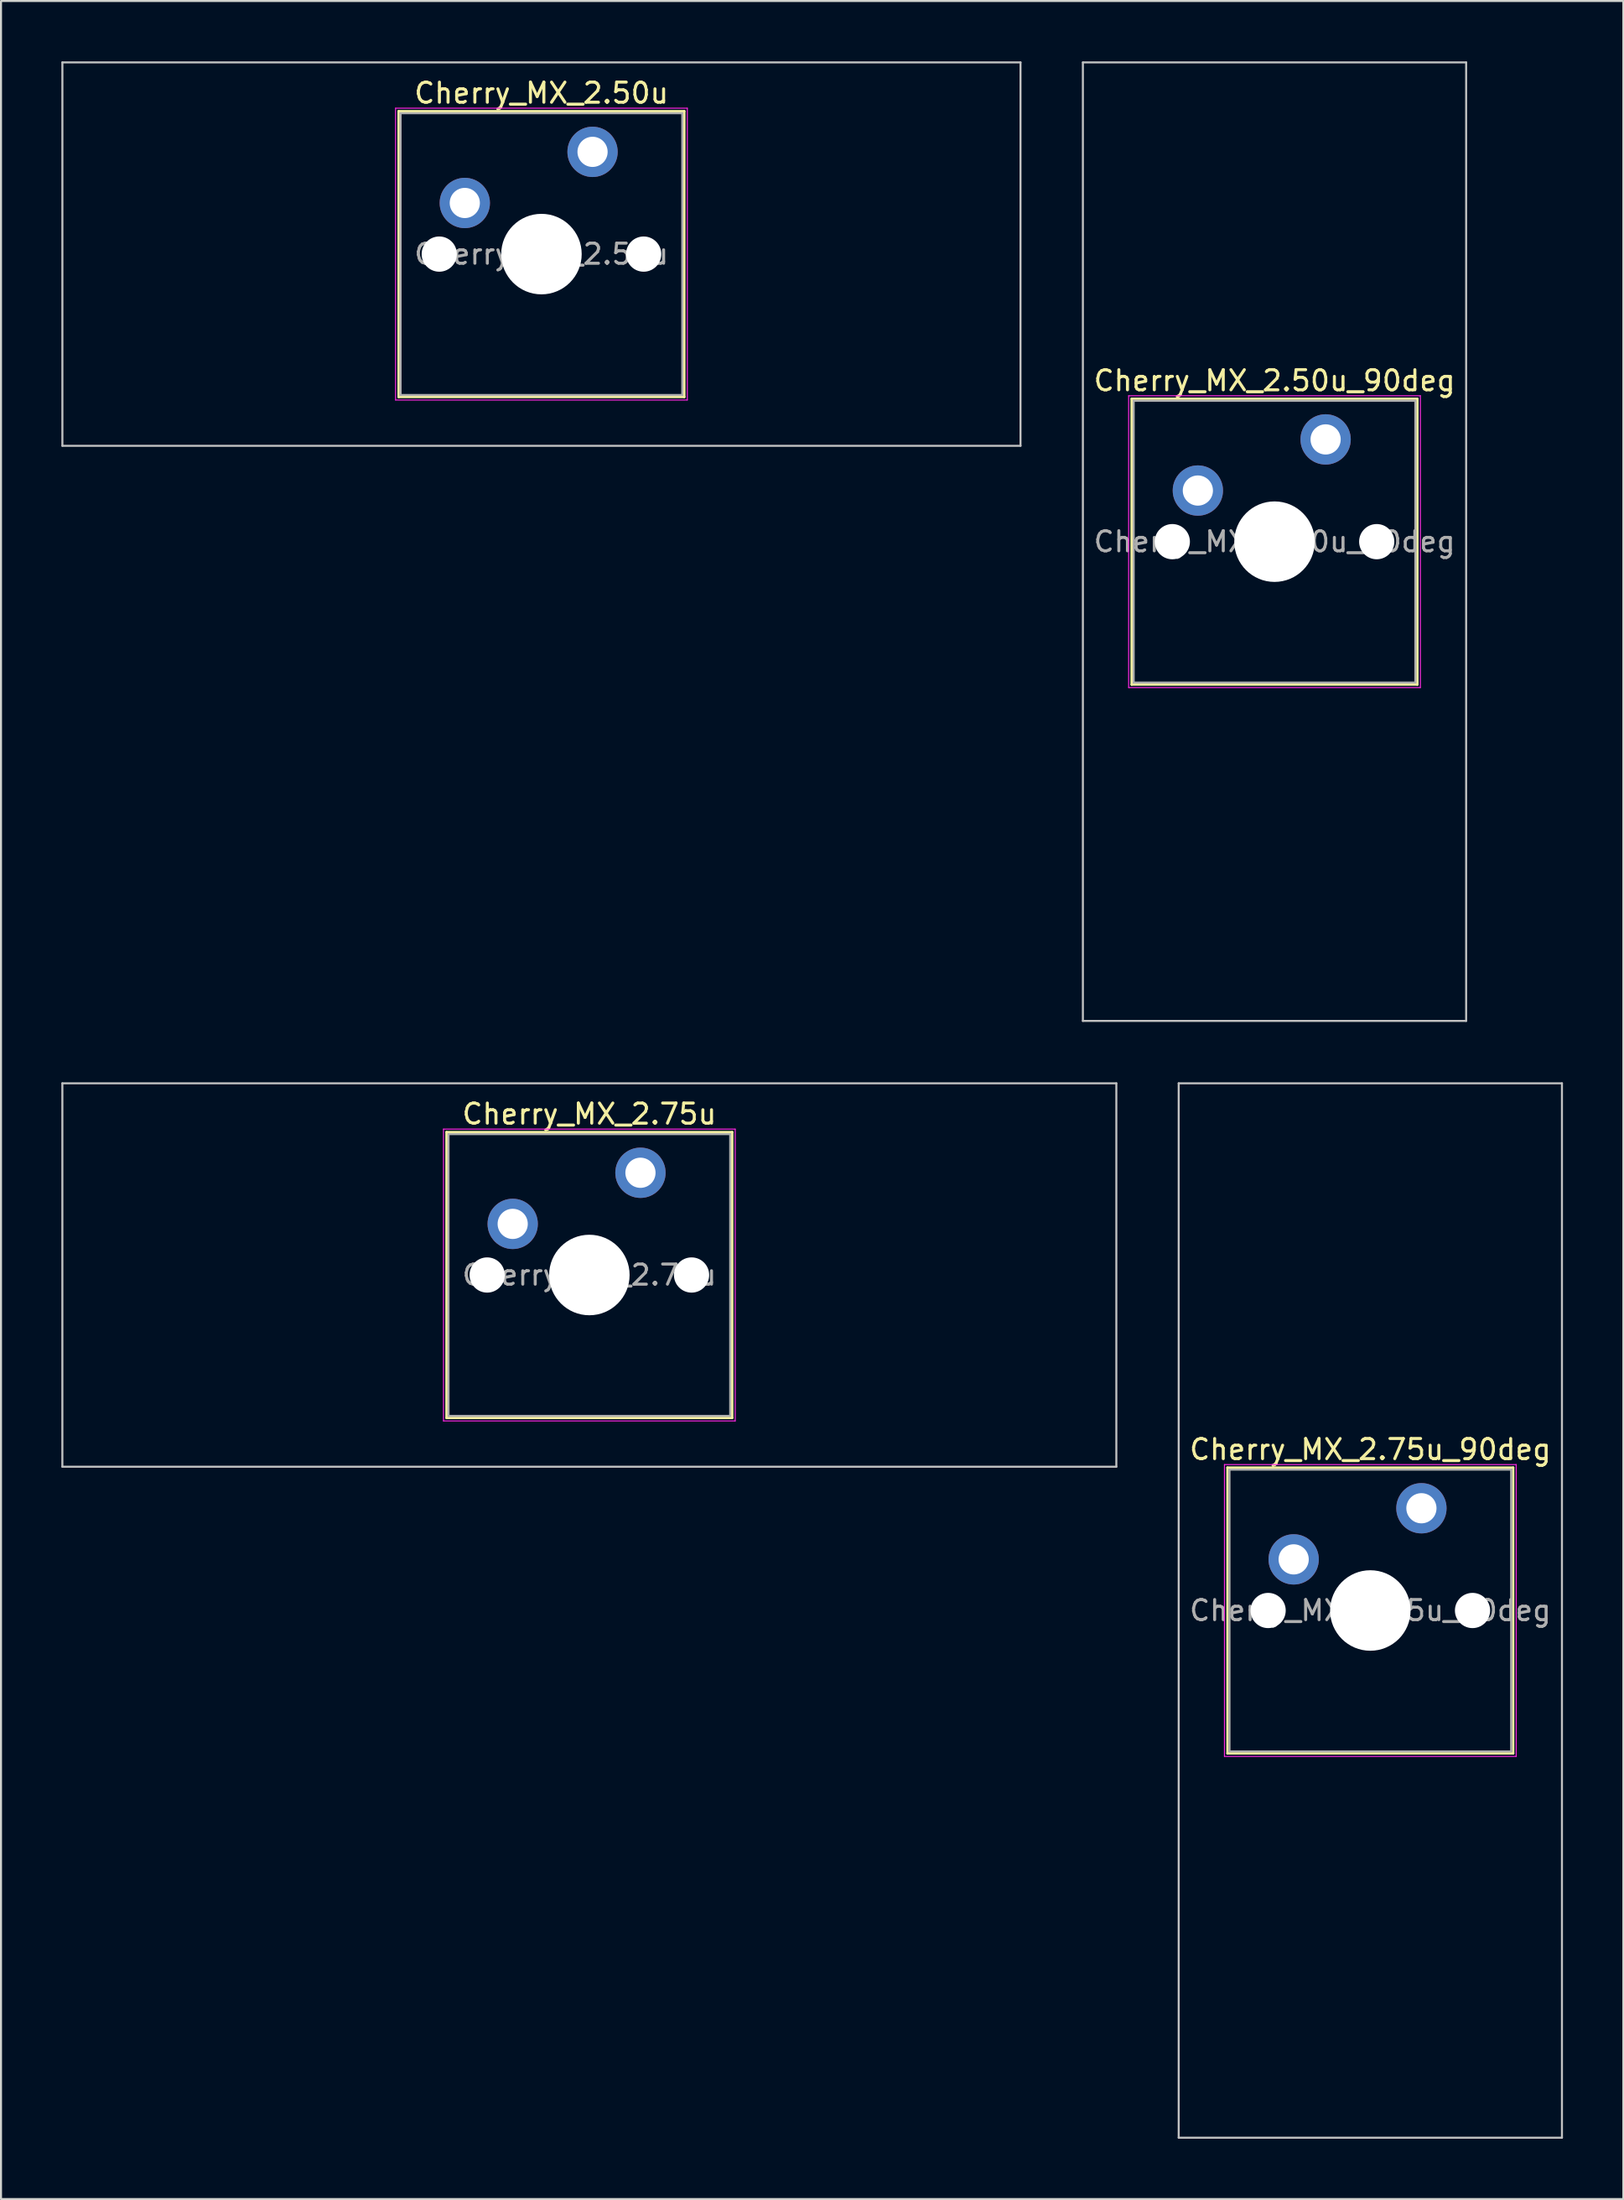
<source format=kicad_pcb>
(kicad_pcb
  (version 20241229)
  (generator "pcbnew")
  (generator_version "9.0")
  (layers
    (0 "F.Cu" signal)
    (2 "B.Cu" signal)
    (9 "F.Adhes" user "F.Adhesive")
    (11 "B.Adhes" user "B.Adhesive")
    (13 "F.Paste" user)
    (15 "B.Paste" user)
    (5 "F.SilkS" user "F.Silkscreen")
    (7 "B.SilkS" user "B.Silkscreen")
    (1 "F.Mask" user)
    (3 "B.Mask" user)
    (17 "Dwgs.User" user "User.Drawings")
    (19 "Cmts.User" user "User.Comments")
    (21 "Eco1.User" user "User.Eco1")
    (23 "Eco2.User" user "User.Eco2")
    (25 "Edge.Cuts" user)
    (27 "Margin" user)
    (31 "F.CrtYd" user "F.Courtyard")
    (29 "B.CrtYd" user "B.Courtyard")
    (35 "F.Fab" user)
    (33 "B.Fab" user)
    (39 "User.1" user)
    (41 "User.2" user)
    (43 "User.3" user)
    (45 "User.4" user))
  (footprint "Cherry_MX_2.50u"
    (layer "F.Cu")
    (at 23.863 9.575)
    (property "Reference" "Cherry_MX_2.50u" (at 0 -8 0) (layer "F.SilkS") (effects (font (size 1 1) (thickness 0.15))))
    (attr through_hole)
    (fp_line (start -7.1 -7.1) (end -7.1 7.1) (stroke (width 0.12) (type solid)) (layer "F.SilkS"))
    (fp_line (start -7.1 7.1) (end 7.1 7.1) (stroke (width 0.12) (type solid)) (layer "F.SilkS"))
    (fp_line (start 7.1 -7.1) (end -7.1 -7.1) (stroke (width 0.12) (type solid)) (layer "F.SilkS"))
    (fp_line (start 7.1 7.1) (end 7.1 -7.1) (stroke (width 0.12) (type solid)) (layer "F.SilkS"))
    (fp_line (start -23.812 -9.525) (end -23.812 9.525) (stroke (width 0.1) (type solid)) (layer "Dwgs.User"))
    (fp_line (start -23.812 9.525) (end 23.812 9.525) (stroke (width 0.1) (type solid)) (layer "Dwgs.User"))
    (fp_line (start 23.812 -9.525) (end -23.812 -9.525) (stroke (width 0.1) (type solid)) (layer "Dwgs.User"))
    (fp_line (start 23.812 9.525) (end 23.812 -9.525) (stroke (width 0.1) (type solid)) (layer "Dwgs.User"))
    (fp_line (start -7 -7) (end -7 7) (stroke (width 0.1) (type solid)) (layer "Eco1.User"))
    (fp_line (start -7 7) (end 7 7) (stroke (width 0.1) (type solid)) (layer "Eco1.User"))
    (fp_line (start 7 -7) (end -7 -7) (stroke (width 0.1) (type solid)) (layer "Eco1.User"))
    (fp_line (start 7 7) (end 7 -7) (stroke (width 0.1) (type solid)) (layer "Eco1.User"))
    (fp_line (start -7.25 -7.25) (end -7.25 7.25) (stroke (width 0.05) (type solid)) (layer "F.CrtYd"))
    (fp_line (start -7.25 7.25) (end 7.25 7.25) (stroke (width 0.05) (type solid)) (layer "F.CrtYd"))
    (fp_line (start 7.25 -7.25) (end -7.25 -7.25) (stroke (width 0.05) (type solid)) (layer "F.CrtYd"))
    (fp_line (start 7.25 7.25) (end 7.25 -7.25) (stroke (width 0.05) (type solid)) (layer "F.CrtYd"))
    (fp_line (start -7 -7) (end -7 7) (stroke (width 0.1) (type solid)) (layer "F.Fab"))
    (fp_line (start -7 7) (end 7 7) (stroke (width 0.1) (type solid)) (layer "F.Fab"))
    (fp_line (start 7 -7) (end -7 -7) (stroke (width 0.1) (type solid)) (layer "F.Fab"))
    (fp_line (start 7 7) (end 7 -7) (stroke (width 0.1) (type solid)) (layer "F.Fab"))
    (fp_text user "${REFERENCE}" (at 0 0 0) (layer "F.Fab") (effects (font (size 1 1) (thickness 0.15))))
    (pad "" np_thru_hole circle (at -5.08 0) (size 1.75 1.75) (drill 1.75) (layers "*.Cu" "*.Mask"))
    (pad "" np_thru_hole circle (at 0 0) (size 4 4) (drill 4) (layers "*.Cu" "*.Mask"))
    (pad "" np_thru_hole circle (at 5.08 0) (size 1.75 1.75) (drill 1.75) (layers "*.Cu" "*.Mask"))
    (pad "1" thru_hole circle (at -3.81 -2.54) (size 2.5 2.5) (drill 1.5) (layers "*.Cu" "*.Mask"))
    (pad "2" thru_hole circle (at 2.54 -5.08) (size 2.5 2.5) (drill 1.5) (layers "*.Cu" "*.Mask")))
  (footprint "Cherry_MX_2.75u"
    (layer "F.Cu")
    (at 26.244 60.3)
    (property "Reference" "Cherry_MX_2.75u" (at 0 -8 0) (layer "F.SilkS") (effects (font (size 1 1) (thickness 0.15))))
    (attr through_hole)
    (fp_line (start -7.1 -7.1) (end -7.1 7.1) (stroke (width 0.12) (type solid)) (layer "F.SilkS"))
    (fp_line (start -7.1 7.1) (end 7.1 7.1) (stroke (width 0.12) (type solid)) (layer "F.SilkS"))
    (fp_line (start 7.1 -7.1) (end -7.1 -7.1) (stroke (width 0.12) (type solid)) (layer "F.SilkS"))
    (fp_line (start 7.1 7.1) (end 7.1 -7.1) (stroke (width 0.12) (type solid)) (layer "F.SilkS"))
    (fp_line (start -26.194 -9.525) (end -26.194 9.525) (stroke (width 0.1) (type solid)) (layer "Dwgs.User"))
    (fp_line (start -26.194 9.525) (end 26.194 9.525) (stroke (width 0.1) (type solid)) (layer "Dwgs.User"))
    (fp_line (start 26.194 -9.525) (end -26.194 -9.525) (stroke (width 0.1) (type solid)) (layer "Dwgs.User"))
    (fp_line (start 26.194 9.525) (end 26.194 -9.525) (stroke (width 0.1) (type solid)) (layer "Dwgs.User"))
    (fp_line (start -7 -7) (end -7 7) (stroke (width 0.1) (type solid)) (layer "Eco1.User"))
    (fp_line (start -7 7) (end 7 7) (stroke (width 0.1) (type solid)) (layer "Eco1.User"))
    (fp_line (start 7 -7) (end -7 -7) (stroke (width 0.1) (type solid)) (layer "Eco1.User"))
    (fp_line (start 7 7) (end 7 -7) (stroke (width 0.1) (type solid)) (layer "Eco1.User"))
    (fp_line (start -7.25 -7.25) (end -7.25 7.25) (stroke (width 0.05) (type solid)) (layer "F.CrtYd"))
    (fp_line (start -7.25 7.25) (end 7.25 7.25) (stroke (width 0.05) (type solid)) (layer "F.CrtYd"))
    (fp_line (start 7.25 -7.25) (end -7.25 -7.25) (stroke (width 0.05) (type solid)) (layer "F.CrtYd"))
    (fp_line (start 7.25 7.25) (end 7.25 -7.25) (stroke (width 0.05) (type solid)) (layer "F.CrtYd"))
    (fp_line (start -7 -7) (end -7 7) (stroke (width 0.1) (type solid)) (layer "F.Fab"))
    (fp_line (start -7 7) (end 7 7) (stroke (width 0.1) (type solid)) (layer "F.Fab"))
    (fp_line (start 7 -7) (end -7 -7) (stroke (width 0.1) (type solid)) (layer "F.Fab"))
    (fp_line (start 7 7) (end 7 -7) (stroke (width 0.1) (type solid)) (layer "F.Fab"))
    (fp_text user "${REFERENCE}" (at 0 0 0) (layer "F.Fab") (effects (font (size 1 1) (thickness 0.15))))
    (pad "" np_thru_hole circle (at -5.08 0) (size 1.75 1.75) (drill 1.75) (layers "*.Cu" "*.Mask"))
    (pad "" np_thru_hole circle (at 0 0) (size 4 4) (drill 4) (layers "*.Cu" "*.Mask"))
    (pad "" np_thru_hole circle (at 5.08 0) (size 1.75 1.75) (drill 1.75) (layers "*.Cu" "*.Mask"))
    (pad "1" thru_hole circle (at -3.81 -2.54) (size 2.5 2.5) (drill 1.5) (layers "*.Cu" "*.Mask"))
    (pad "2" thru_hole circle (at 2.54 -5.08) (size 2.5 2.5) (drill 1.5) (layers "*.Cu" "*.Mask")))
  (footprint "Cherry_MX_2.75u_90deg"
    (layer "F.Cu")
    (at 65.062 76.969)
    (property "Reference" "Cherry_MX_2.75u_90deg" (at 0 -8 0) (layer "F.SilkS") (effects (font (size 1 1) (thickness 0.15))))
    (attr through_hole)
    (fp_line (start -7.1 -7.1) (end -7.1 7.1) (stroke (width 0.12) (type solid)) (layer "F.SilkS"))
    (fp_line (start -7.1 7.1) (end 7.1 7.1) (stroke (width 0.12) (type solid)) (layer "F.SilkS"))
    (fp_line (start 7.1 -7.1) (end -7.1 -7.1) (stroke (width 0.12) (type solid)) (layer "F.SilkS"))
    (fp_line (start 7.1 7.1) (end 7.1 -7.1) (stroke (width 0.12) (type solid)) (layer "F.SilkS"))
    (fp_line (start -9.525 -26.194) (end 9.525 -26.194) (stroke (width 0.1) (type solid)) (layer "Dwgs.User"))
    (fp_line (start -9.525 26.194) (end -9.525 -26.194) (stroke (width 0.1) (type solid)) (layer "Dwgs.User"))
    (fp_line (start 9.525 -26.194) (end 9.525 26.194) (stroke (width 0.1) (type solid)) (layer "Dwgs.User"))
    (fp_line (start 9.525 26.194) (end -9.525 26.194) (stroke (width 0.1) (type solid)) (layer "Dwgs.User"))
    (fp_line (start -7 -7) (end -7 7) (stroke (width 0.1) (type solid)) (layer "Eco1.User"))
    (fp_line (start -7 7) (end 7 7) (stroke (width 0.1) (type solid)) (layer "Eco1.User"))
    (fp_line (start 7 -7) (end -7 -7) (stroke (width 0.1) (type solid)) (layer "Eco1.User"))
    (fp_line (start 7 7) (end 7 -7) (stroke (width 0.1) (type solid)) (layer "Eco1.User"))
    (fp_line (start -7.25 -7.25) (end -7.25 7.25) (stroke (width 0.05) (type solid)) (layer "F.CrtYd"))
    (fp_line (start -7.25 7.25) (end 7.25 7.25) (stroke (width 0.05) (type solid)) (layer "F.CrtYd"))
    (fp_line (start 7.25 -7.25) (end -7.25 -7.25) (stroke (width 0.05) (type solid)) (layer "F.CrtYd"))
    (fp_line (start 7.25 7.25) (end 7.25 -7.25) (stroke (width 0.05) (type solid)) (layer "F.CrtYd"))
    (fp_line (start -7 -7) (end -7 7) (stroke (width 0.1) (type solid)) (layer "F.Fab"))
    (fp_line (start -7 7) (end 7 7) (stroke (width 0.1) (type solid)) (layer "F.Fab"))
    (fp_line (start 7 -7) (end -7 -7) (stroke (width 0.1) (type solid)) (layer "F.Fab"))
    (fp_line (start 7 7) (end 7 -7) (stroke (width 0.1) (type solid)) (layer "F.Fab"))
    (fp_text user "${REFERENCE}" (at 0 0 0) (layer "F.Fab") (effects (font (size 1 1) (thickness 0.15))))
    (pad "" np_thru_hole circle (at -5.08 0) (size 1.75 1.75) (drill 1.75) (layers "*.Cu" "*.Mask"))
    (pad "" np_thru_hole circle (at 0 0) (size 4 4) (drill 4) (layers "*.Cu" "*.Mask"))
    (pad "" np_thru_hole circle (at 5.08 0) (size 1.75 1.75) (drill 1.75) (layers "*.Cu" "*.Mask"))
    (pad "1" thru_hole circle (at -3.81 -2.54) (size 2.5 2.5) (drill 1.5) (layers "*.Cu" "*.Mask"))
    (pad "2" thru_hole circle (at 2.54 -5.08) (size 2.5 2.5) (drill 1.5) (layers "*.Cu" "*.Mask")))
  (footprint "Cherry_MX_2.50u_90deg"
    (layer "F.Cu")
    (at 60.3 23.863)
    (property "Reference" "Cherry_MX_2.50u_90deg" (at 0 -8 0) (layer "F.SilkS") (effects (font (size 1 1) (thickness 0.15))))
    (attr through_hole)
    (fp_line (start -7.1 -7.1) (end -7.1 7.1) (stroke (width 0.12) (type solid)) (layer "F.SilkS"))
    (fp_line (start -7.1 7.1) (end 7.1 7.1) (stroke (width 0.12) (type solid)) (layer "F.SilkS"))
    (fp_line (start 7.1 -7.1) (end -7.1 -7.1) (stroke (width 0.12) (type solid)) (layer "F.SilkS"))
    (fp_line (start 7.1 7.1) (end 7.1 -7.1) (stroke (width 0.12) (type solid)) (layer "F.SilkS"))
    (fp_line (start -9.525 -23.812) (end 9.525 -23.812) (stroke (width 0.1) (type solid)) (layer "Dwgs.User"))
    (fp_line (start -9.525 23.812) (end -9.525 -23.812) (stroke (width 0.1) (type solid)) (layer "Dwgs.User"))
    (fp_line (start 9.525 -23.812) (end 9.525 23.812) (stroke (width 0.1) (type solid)) (layer "Dwgs.User"))
    (fp_line (start 9.525 23.812) (end -9.525 23.812) (stroke (width 0.1) (type solid)) (layer "Dwgs.User"))
    (fp_line (start -7 -7) (end -7 7) (stroke (width 0.1) (type solid)) (layer "Eco1.User"))
    (fp_line (start -7 7) (end 7 7) (stroke (width 0.1) (type solid)) (layer "Eco1.User"))
    (fp_line (start 7 -7) (end -7 -7) (stroke (width 0.1) (type solid)) (layer "Eco1.User"))
    (fp_line (start 7 7) (end 7 -7) (stroke (width 0.1) (type solid)) (layer "Eco1.User"))
    (fp_line (start -7.25 -7.25) (end -7.25 7.25) (stroke (width 0.05) (type solid)) (layer "F.CrtYd"))
    (fp_line (start -7.25 7.25) (end 7.25 7.25) (stroke (width 0.05) (type solid)) (layer "F.CrtYd"))
    (fp_line (start 7.25 -7.25) (end -7.25 -7.25) (stroke (width 0.05) (type solid)) (layer "F.CrtYd"))
    (fp_line (start 7.25 7.25) (end 7.25 -7.25) (stroke (width 0.05) (type solid)) (layer "F.CrtYd"))
    (fp_line (start -7 -7) (end -7 7) (stroke (width 0.1) (type solid)) (layer "F.Fab"))
    (fp_line (start -7 7) (end 7 7) (stroke (width 0.1) (type solid)) (layer "F.Fab"))
    (fp_line (start 7 -7) (end -7 -7) (stroke (width 0.1) (type solid)) (layer "F.Fab"))
    (fp_line (start 7 7) (end 7 -7) (stroke (width 0.1) (type solid)) (layer "F.Fab"))
    (fp_text user "${REFERENCE}" (at 0 0 0) (layer "F.Fab") (effects (font (size 1 1) (thickness 0.15))))
    (pad "" np_thru_hole circle (at -5.08 0) (size 1.75 1.75) (drill 1.75) (layers "*.Cu" "*.Mask"))
    (pad "" np_thru_hole circle (at 0 0) (size 4 4) (drill 4) (layers "*.Cu" "*.Mask"))
    (pad "" np_thru_hole circle (at 5.08 0) (size 1.75 1.75) (drill 1.75) (layers "*.Cu" "*.Mask"))
    (pad "1" thru_hole circle (at -3.81 -2.54) (size 2.5 2.5) (drill 1.5) (layers "*.Cu" "*.Mask"))
    (pad "2" thru_hole circle (at 2.54 -5.08) (size 2.5 2.5) (drill 1.5) (layers "*.Cu" "*.Mask")))
  (gr_rect
    (start -3 -3)
    (end 77.638 106.213)
    (stroke (width 0.1) (type default))
    (fill no)
    (layer "Edge.Cuts")))
</source>
